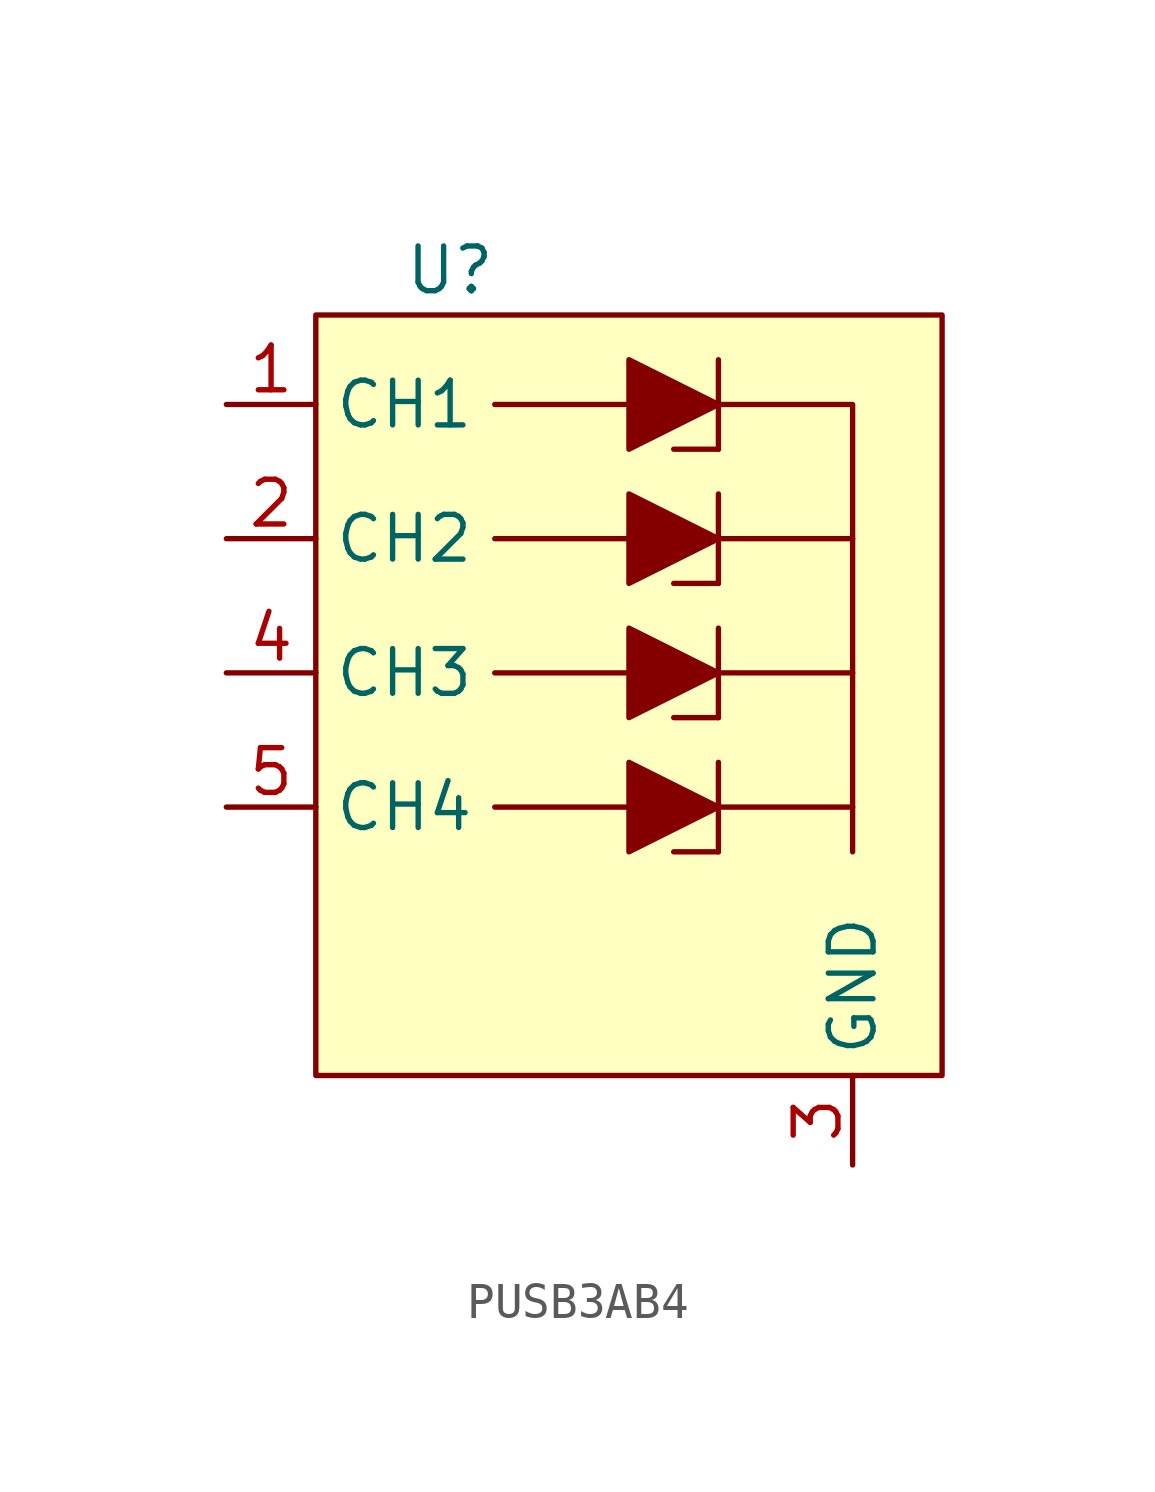
<source format=kicad_sym>
(kicad_symbol_lib
  (version 20231120)
  (generator "kicad_symbol_editor")
  (generator_version "8.0")
  (symbol "PUSB3AB4"
    (property "Reference" "U"
      (at 0 8.89 0)
      (effects (font (size 1.27 1.27))))
    (property "Value" ""
      (at 5.08 0 0)
      (effects (font (size 1.27 1.27))))
    (symbol "PUSB3AB4_0_1"
      (polyline (pts (xy 7.62 -5.08) (xy 7.62 -7.62)) (stroke (width 0) (type default)) (fill (type none)))
      (polyline (pts (xy 7.62 -1.27) (xy 7.62 -3.81)) (stroke (width 0) (type default)) (fill (type none)))
      (polyline (pts (xy 7.62 2.54) (xy 7.62 0)) (stroke (width 0) (type default)) (fill (type none)))
      (polyline (pts (xy 7.62 6.35) (xy 7.62 3.81)) (stroke (width 0) (type default)) (fill (type none))))
    (symbol "PUSB3AB4_1_1"
      (rectangle (start -3.81 7.62) (end 13.97 -13.97) (stroke (width 0) (type default)) (fill (type background)))
      (polyline (pts (xy 5.08 -6.35) (xy 1.27 -6.35)) (stroke (width 0) (type default)) (fill (type none)))
      (polyline (pts (xy 5.08 -2.54) (xy 1.27 -2.54)) (stroke (width 0) (type default)) (fill (type none)))
      (polyline (pts (xy 5.08 1.27) (xy 1.27 1.27)) (stroke (width 0) (type default)) (fill (type none)))
      (polyline (pts (xy 5.08 5.08) (xy 1.27 5.08)) (stroke (width 0) (type default)) (fill (type none)))
      (polyline (pts (xy 7.62 -7.62) (xy 6.35 -7.62)) (stroke (width 0) (type default)) (fill (type none)))
      (polyline (pts (xy 7.62 -6.35) (xy 11.43 -6.35)) (stroke (width 0) (type default)) (fill (type none)))
      (polyline (pts (xy 7.62 -3.81) (xy 6.35 -3.81)) (stroke (width 0) (type default)) (fill (type none)))
      (polyline (pts (xy 7.62 -2.54) (xy 11.43 -2.54)) (stroke (width 0) (type default)) (fill (type none)))
      (polyline (pts (xy 7.62 0) (xy 6.35 0)) (stroke (width 0) (type default)) (fill (type none)))
      (polyline (pts (xy 7.62 1.27) (xy 11.43 1.27)) (stroke (width 0) (type default)) (fill (type none)))
      (polyline (pts (xy 7.62 3.81) (xy 6.35 3.81)) (stroke (width 0) (type default)) (fill (type none)))
      (polyline (pts (xy 11.43 -7.62) (xy 11.43 5.08) (xy 7.62 5.08)) (stroke (width 0) (type default)) (fill (type none)))
      (polyline (pts (xy 5.08 -5.08) (xy 5.08 -7.62) (xy 7.62 -6.35) (xy 5.08 -5.08)) (stroke (width 0) (type default)) (fill (type outline)))
      (polyline (pts (xy 5.08 -1.27) (xy 5.08 -3.81) (xy 7.62 -2.54) (xy 5.08 -1.27)) (stroke (width 0) (type default)) (fill (type outline)))
      (polyline (pts (xy 5.08 2.54) (xy 5.08 0) (xy 7.62 1.27) (xy 5.08 2.54)) (stroke (width 0) (type default)) (fill (type outline)))
      (polyline (pts (xy 5.08 6.35) (xy 5.08 3.81) (xy 7.62 5.08) (xy 5.08 6.35)) (stroke (width 0) (type default)) (fill (type outline)))
      (pin input line (at -6.35 5.08 0) (length 2.54) (name "CH1" (effects (font (size 1.27 1.27)))) (number "1" (effects (font (size 1.27 1.27)))))
      (pin no_connect line (at 7.62 -16.51 90) (length 2.54) hide (name "nc" (effects (font (size 1.27 1.27)))) (number "10" (effects (font (size 1.27 1.27)))))
      (pin input line (at -6.35 1.27 0) (length 2.54) (name "CH2" (effects (font (size 1.27 1.27)))) (number "2" (effects (font (size 1.27 1.27)))))
      (pin input line (at 11.43 -16.51 90) (length 2.54) (name "GND" (effects (font (size 1.27 1.27)))) (number "3" (effects (font (size 1.27 1.27)))))
      (pin input line (at -6.35 -2.54 0) (length 2.54) (name "CH3" (effects (font (size 1.27 1.27)))) (number "4" (effects (font (size 1.27 1.27)))))
      (pin input line (at -6.35 -6.35 0) (length 2.54) (name "CH4" (effects (font (size 1.27 1.27)))) (number "5" (effects (font (size 1.27 1.27)))))
      (pin no_connect line (at 0 -16.51 90) (length 2.54) hide (name "nc" (effects (font (size 1.27 1.27)))) (number "6" (effects (font (size 1.27 1.27)))))
      (pin no_connect line (at 2.54 -16.51 90) (length 2.54) hide (name "nc" (effects (font (size 1.27 1.27)))) (number "7" (effects (font (size 1.27 1.27)))))
      (pin input line (at 11.43 -16.51 90) (length 2.54) hide (name "GND" (effects (font (size 1.27 1.27)))) (number "8" (effects (font (size 1.27 1.27)))))
      (pin no_connect line (at 5.08 -16.51 90) (length 2.54) hide (name "nc" (effects (font (size 1.27 1.27)))) (number "9" (effects (font (size 1.27 1.27))))))))
</source>
